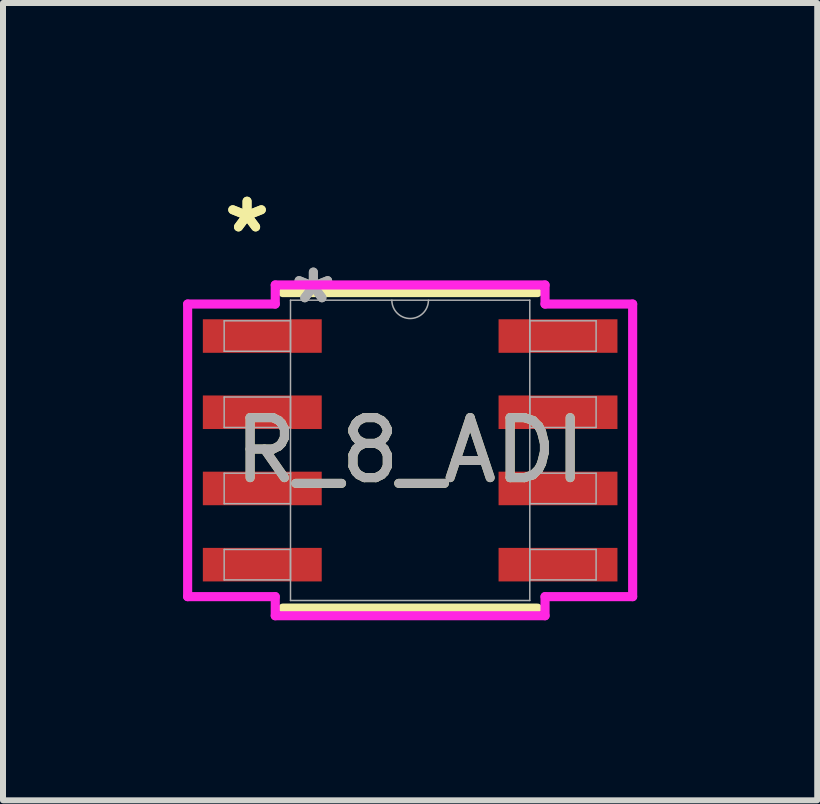
<source format=kicad_pcb>
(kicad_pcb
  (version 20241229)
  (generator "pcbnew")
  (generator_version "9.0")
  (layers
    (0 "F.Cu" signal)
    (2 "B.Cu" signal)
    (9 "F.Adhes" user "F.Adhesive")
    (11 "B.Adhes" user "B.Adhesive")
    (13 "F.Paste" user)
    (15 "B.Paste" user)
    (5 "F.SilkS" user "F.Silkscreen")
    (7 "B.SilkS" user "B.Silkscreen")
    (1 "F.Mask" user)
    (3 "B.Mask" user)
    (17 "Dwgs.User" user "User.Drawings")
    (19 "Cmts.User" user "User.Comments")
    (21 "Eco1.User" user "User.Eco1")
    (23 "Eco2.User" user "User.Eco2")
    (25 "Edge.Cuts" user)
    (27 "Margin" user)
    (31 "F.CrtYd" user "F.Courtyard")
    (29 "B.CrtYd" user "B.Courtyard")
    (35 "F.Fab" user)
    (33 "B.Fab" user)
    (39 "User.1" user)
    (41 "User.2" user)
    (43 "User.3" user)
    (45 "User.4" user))
  (footprint "R_8_ADI"
    (layer "F.Cu")
    (at 3.785 4.455)
    (property "Reference" "R_8_ADI" (at 0 0 0) (unlocked yes) (layer "F.SilkS") (effects (font (size 1 1) (thickness 0.15))))
    (attr smd)
    (fp_line (start -2.121 2.629) (end 2.121 2.629) (stroke (width 0.152) (type solid)) (layer "F.SilkS"))
    (fp_line (start 2.121 -2.629) (end -2.121 -2.629) (stroke (width 0.152) (type solid)) (layer "F.SilkS"))
    (fp_line (start -3.708 -2.438) (end -2.248 -2.438) (stroke (width 0.152) (type solid)) (layer "F.CrtYd"))
    (fp_line (start -3.708 2.438) (end -3.708 -2.438) (stroke (width 0.152) (type solid)) (layer "F.CrtYd"))
    (fp_line (start -3.708 2.438) (end -2.248 2.438) (stroke (width 0.152) (type solid)) (layer "F.CrtYd"))
    (fp_line (start -2.248 -2.756) (end 2.248 -2.756) (stroke (width 0.152) (type solid)) (layer "F.CrtYd"))
    (fp_line (start -2.248 -2.438) (end -2.248 -2.756) (stroke (width 0.152) (type solid)) (layer "F.CrtYd"))
    (fp_line (start -2.248 2.756) (end -2.248 2.438) (stroke (width 0.152) (type solid)) (layer "F.CrtYd"))
    (fp_line (start 2.248 -2.756) (end 2.248 -2.438) (stroke (width 0.152) (type solid)) (layer "F.CrtYd"))
    (fp_line (start 2.248 2.438) (end 2.248 2.756) (stroke (width 0.152) (type solid)) (layer "F.CrtYd"))
    (fp_line (start 2.248 2.756) (end -2.248 2.756) (stroke (width 0.152) (type solid)) (layer "F.CrtYd"))
    (fp_line (start 3.708 -2.438) (end 2.248 -2.438) (stroke (width 0.152) (type solid)) (layer "F.CrtYd"))
    (fp_line (start 3.708 -2.438) (end 3.708 2.438) (stroke (width 0.152) (type solid)) (layer "F.CrtYd"))
    (fp_line (start 3.708 2.438) (end 2.248 2.438) (stroke (width 0.152) (type solid)) (layer "F.CrtYd"))
    (fp_line (start -3.099 -2.159) (end -3.099 -1.651) (stroke (width 0.025) (type solid)) (layer "F.Fab"))
    (fp_line (start -3.099 -1.651) (end -1.994 -1.651) (stroke (width 0.025) (type solid)) (layer "F.Fab"))
    (fp_line (start -3.099 -0.889) (end -3.099 -0.381) (stroke (width 0.025) (type solid)) (layer "F.Fab"))
    (fp_line (start -3.099 -0.381) (end -1.994 -0.381) (stroke (width 0.025) (type solid)) (layer "F.Fab"))
    (fp_line (start -3.099 0.381) (end -3.099 0.889) (stroke (width 0.025) (type solid)) (layer "F.Fab"))
    (fp_line (start -3.099 0.889) (end -1.994 0.889) (stroke (width 0.025) (type solid)) (layer "F.Fab"))
    (fp_line (start -3.099 1.651) (end -3.099 2.159) (stroke (width 0.025) (type solid)) (layer "F.Fab"))
    (fp_line (start -3.099 2.159) (end -1.994 2.159) (stroke (width 0.025) (type solid)) (layer "F.Fab"))
    (fp_line (start -1.994 -2.502) (end -1.994 2.502) (stroke (width 0.025) (type solid)) (layer "F.Fab"))
    (fp_line (start -1.994 -2.159) (end -3.099 -2.159) (stroke (width 0.025) (type solid)) (layer "F.Fab"))
    (fp_line (start -1.994 -1.651) (end -1.994 -2.159) (stroke (width 0.025) (type solid)) (layer "F.Fab"))
    (fp_line (start -1.994 -0.889) (end -3.099 -0.889) (stroke (width 0.025) (type solid)) (layer "F.Fab"))
    (fp_line (start -1.994 -0.381) (end -1.994 -0.889) (stroke (width 0.025) (type solid)) (layer "F.Fab"))
    (fp_line (start -1.994 0.381) (end -3.099 0.381) (stroke (width 0.025) (type solid)) (layer "F.Fab"))
    (fp_line (start -1.994 0.889) (end -1.994 0.381) (stroke (width 0.025) (type solid)) (layer "F.Fab"))
    (fp_line (start -1.994 1.651) (end -3.099 1.651) (stroke (width 0.025) (type solid)) (layer "F.Fab"))
    (fp_line (start -1.994 2.159) (end -1.994 1.651) (stroke (width 0.025) (type solid)) (layer "F.Fab"))
    (fp_line (start -1.994 2.502) (end 1.994 2.502) (stroke (width 0.025) (type solid)) (layer "F.Fab"))
    (fp_line (start 1.994 -2.502) (end -1.994 -2.502) (stroke (width 0.025) (type solid)) (layer "F.Fab"))
    (fp_line (start 1.994 -2.159) (end 1.994 -1.651) (stroke (width 0.025) (type solid)) (layer "F.Fab"))
    (fp_line (start 1.994 -1.651) (end 3.099 -1.651) (stroke (width 0.025) (type solid)) (layer "F.Fab"))
    (fp_line (start 1.994 -0.889) (end 1.994 -0.381) (stroke (width 0.025) (type solid)) (layer "F.Fab"))
    (fp_line (start 1.994 -0.381) (end 3.099 -0.381) (stroke (width 0.025) (type solid)) (layer "F.Fab"))
    (fp_line (start 1.994 0.381) (end 1.994 0.889) (stroke (width 0.025) (type solid)) (layer "F.Fab"))
    (fp_line (start 1.994 0.889) (end 3.099 0.889) (stroke (width 0.025) (type solid)) (layer "F.Fab"))
    (fp_line (start 1.994 1.651) (end 1.994 2.159) (stroke (width 0.025) (type solid)) (layer "F.Fab"))
    (fp_line (start 1.994 2.159) (end 3.099 2.159) (stroke (width 0.025) (type solid)) (layer "F.Fab"))
    (fp_line (start 1.994 2.502) (end 1.994 -2.502) (stroke (width 0.025) (type solid)) (layer "F.Fab"))
    (fp_line (start 3.099 -2.159) (end 1.994 -2.159) (stroke (width 0.025) (type solid)) (layer "F.Fab"))
    (fp_line (start 3.099 -1.651) (end 3.099 -2.159) (stroke (width 0.025) (type solid)) (layer "F.Fab"))
    (fp_line (start 3.099 -0.889) (end 1.994 -0.889) (stroke (width 0.025) (type solid)) (layer "F.Fab"))
    (fp_line (start 3.099 -0.381) (end 3.099 -0.889) (stroke (width 0.025) (type solid)) (layer "F.Fab"))
    (fp_line (start 3.099 0.381) (end 1.994 0.381) (stroke (width 0.025) (type solid)) (layer "F.Fab"))
    (fp_line (start 3.099 0.889) (end 3.099 0.381) (stroke (width 0.025) (type solid)) (layer "F.Fab"))
    (fp_line (start 3.099 1.651) (end 1.994 1.651) (stroke (width 0.025) (type solid)) (layer "F.Fab"))
    (fp_line (start 3.099 2.159) (end 3.099 1.651) (stroke (width 0.025) (type solid)) (layer "F.Fab"))
    (fp_arc (start 0.3048 -2.5019) (mid 0 -2.1971) (end -0.3048 -2.5019) (stroke (width 0.0254) (type solid)) (layer "F.Fab"))
    (fp_text user "*" (at -2.718 -3.607 0) (layer "F.SilkS") (effects (font (size 1 1) (thickness 0.15))))
    (fp_text user "*" (at -2.718 -3.607 0) (unlocked yes) (layer "F.SilkS") (effects (font (size 1 1) (thickness 0.15))))
    (fp_text user "*" (at -1.613 -2.426 0) (unlocked yes) (layer "F.Fab") (effects (font (size 1 1) (thickness 0.15))))
    (fp_text user "${REFERENCE}" (at 0 0 0) (unlocked yes) (layer "F.Fab") (effects (font (size 1 1) (thickness 0.15))))
    (fp_text user "*" (at -1.613 -2.426 0) (layer "F.Fab") (effects (font (size 1 1) (thickness 0.15))))
    (pad "1" smd rect (at -2.464 -1.905) (size 1.981 0.559) (layers "F.Cu" "F.Mask" "F.Paste"))
    (pad "2" smd rect (at -2.464 -0.635) (size 1.981 0.559) (layers "F.Cu" "F.Mask" "F.Paste"))
    (pad "3" smd rect (at -2.464 0.635) (size 1.981 0.559) (layers "F.Cu" "F.Mask" "F.Paste"))
    (pad "4" smd rect (at -2.464 1.905) (size 1.981 0.559) (layers "F.Cu" "F.Mask" "F.Paste"))
    (pad "5" smd rect (at 2.464 1.905) (size 1.981 0.559) (layers "F.Cu" "F.Mask" "F.Paste"))
    (pad "6" smd rect (at 2.464 0.635) (size 1.981 0.559) (layers "F.Cu" "F.Mask" "F.Paste"))
    (pad "7" smd rect (at 2.464 -0.635) (size 1.981 0.559) (layers "F.Cu" "F.Mask" "F.Paste"))
    (pad "8" smd rect (at 2.464 -1.905) (size 1.981 0.559) (layers "F.Cu" "F.Mask" "F.Paste")))
  (gr_rect
    (start -3 -3)
    (end 10.569 10.287)
    (stroke (width 0.1) (type default))
    (fill no)
    (layer "Edge.Cuts")))
</source>
